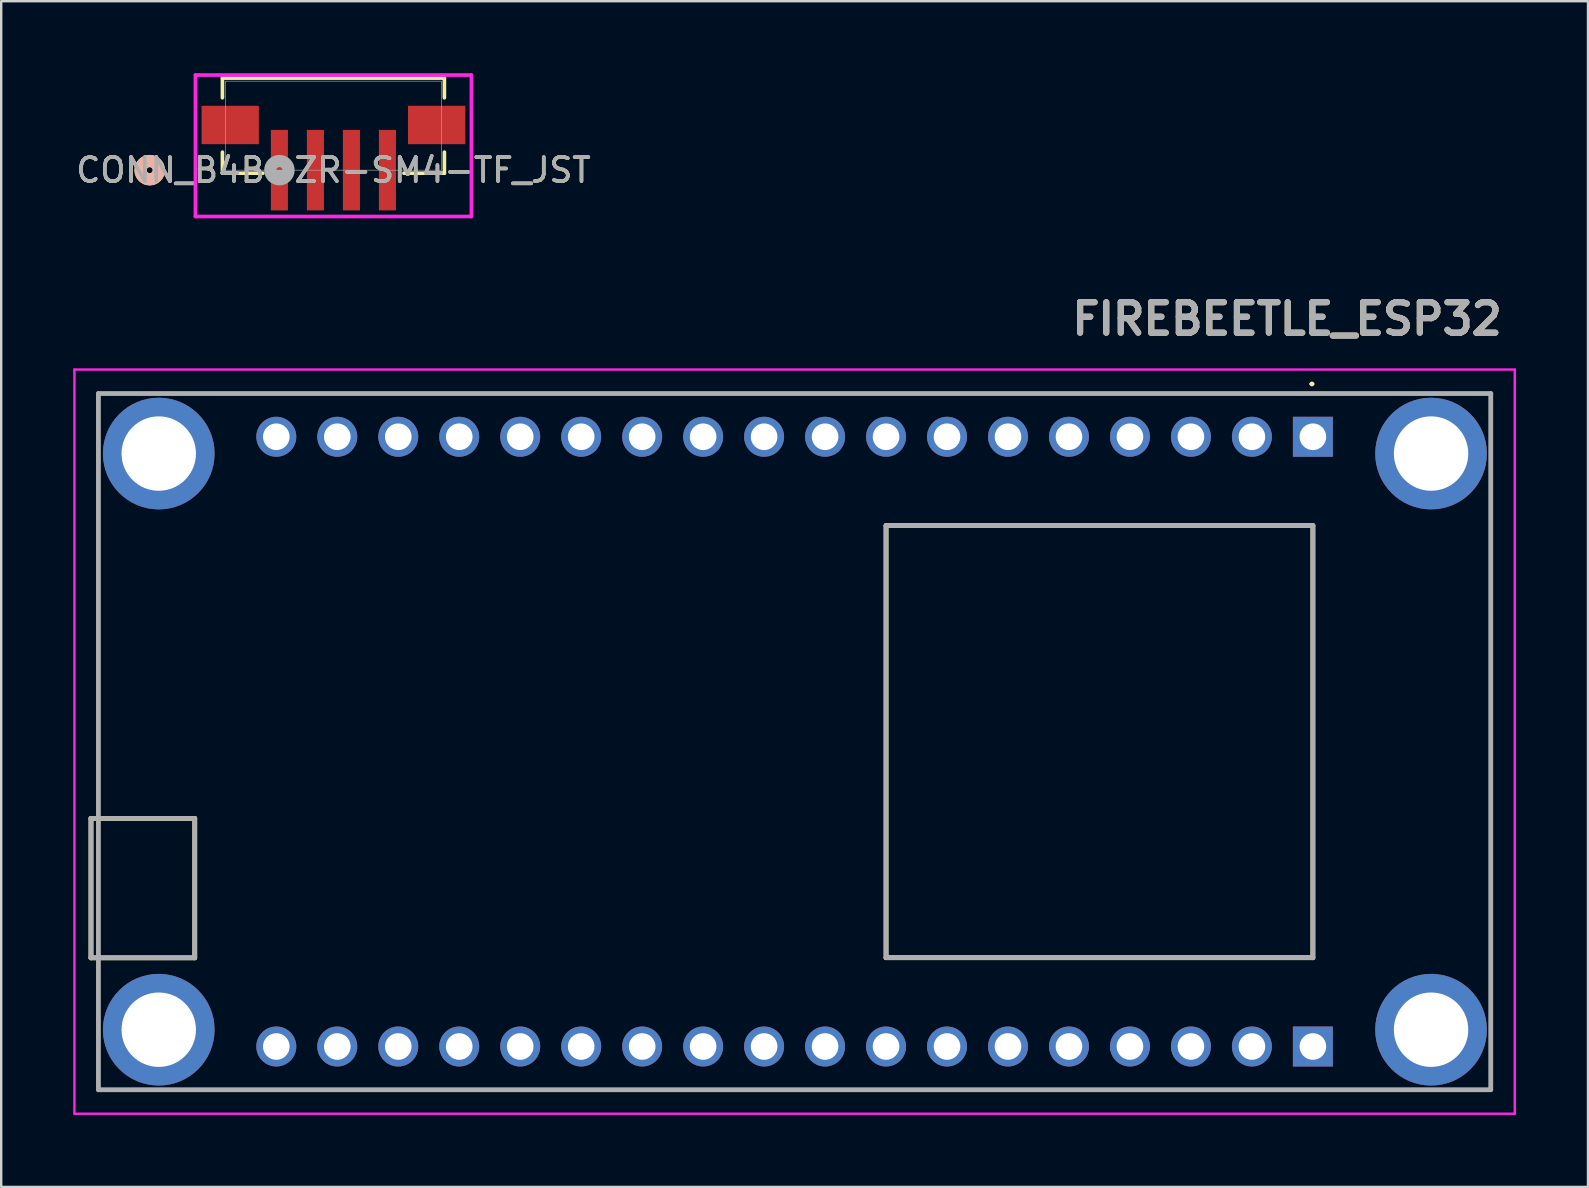
<source format=kicad_pcb>
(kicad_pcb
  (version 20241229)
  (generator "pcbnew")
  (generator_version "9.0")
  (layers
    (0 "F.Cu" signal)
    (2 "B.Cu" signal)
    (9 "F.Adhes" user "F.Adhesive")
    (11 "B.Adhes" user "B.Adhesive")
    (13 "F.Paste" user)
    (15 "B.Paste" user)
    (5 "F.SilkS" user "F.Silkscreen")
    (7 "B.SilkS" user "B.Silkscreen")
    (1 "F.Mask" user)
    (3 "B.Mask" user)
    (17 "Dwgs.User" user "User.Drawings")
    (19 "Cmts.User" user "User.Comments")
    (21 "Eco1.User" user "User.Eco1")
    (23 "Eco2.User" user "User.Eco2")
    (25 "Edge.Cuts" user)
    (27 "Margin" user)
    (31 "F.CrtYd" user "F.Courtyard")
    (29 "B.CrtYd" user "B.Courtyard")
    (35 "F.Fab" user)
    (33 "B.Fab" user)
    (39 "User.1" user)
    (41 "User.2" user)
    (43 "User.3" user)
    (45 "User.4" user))
  (footprint "FIREBEETLE_ESP32"
    (layer "F.Cu")
    (at 26.24 27.844)
    (property "Reference" "FIREBEETLE_ESP32" (at 24.322 -17.61 0) (layer "F.SilkS") (effects (font (size 1.27 1.27) (thickness 0.254))))
    (attr through_hole)
    (fp_line (start -25.5 3.199) (end -25.5 9.005) (stroke (width 0.2) (type solid)) (layer "F.SilkS"))
    (fp_line (start -25.5 9.005) (end -21.178 9.005) (stroke (width 0.2) (type solid)) (layer "F.SilkS"))
    (fp_line (start -25.19 -14.5) (end 32.81 -14.5) (stroke (width 0.1) (type solid)) (layer "F.SilkS"))
    (fp_line (start -25.19 14.5) (end -25.19 -14.5) (stroke (width 0.1) (type solid)) (layer "F.SilkS"))
    (fp_line (start -21.178 3.199) (end -25.5 3.199) (stroke (width 0.2) (type solid)) (layer "F.SilkS"))
    (fp_line (start -21.178 9.005) (end -21.178 3.199) (stroke (width 0.2) (type solid)) (layer "F.SilkS"))
    (fp_line (start 7.62 -9) (end 7.62 9) (stroke (width 0.2) (type solid)) (layer "F.SilkS"))
    (fp_line (start 7.62 9) (end 25.4 9) (stroke (width 0.2) (type solid)) (layer "F.SilkS"))
    (fp_line (start 25.31 -14.9) (end 25.31 -14.9) (stroke (width 0.1) (type solid)) (layer "F.SilkS"))
    (fp_line (start 25.4 -9) (end 7.62 -9) (stroke (width 0.2) (type solid)) (layer "F.SilkS"))
    (fp_line (start 25.4 9) (end 25.4 -9) (stroke (width 0.2) (type solid)) (layer "F.SilkS"))
    (fp_line (start 25.41 -14.9) (end 25.41 -14.9) (stroke (width 0.1) (type solid)) (layer "F.SilkS"))
    (fp_line (start 32.81 -14.5) (end 32.81 14.5) (stroke (width 0.1) (type solid)) (layer "F.SilkS"))
    (fp_line (start 32.81 14.5) (end -25.19 14.5) (stroke (width 0.1) (type solid)) (layer "F.SilkS"))
    (fp_arc (start 25.31 -14.9) (mid 25.36 -14.95) (end 25.41 -14.9) (stroke (width 0.1) (type solid)) (layer "F.SilkS"))
    (fp_arc (start 25.41 -14.9) (mid 25.36 -14.85) (end 25.31 -14.9) (stroke (width 0.1) (type solid)) (layer "F.SilkS"))
    (fp_line (start -26.19 -15.5) (end 33.81 -15.5) (stroke (width 0.1) (type solid)) (layer "F.CrtYd"))
    (fp_line (start -26.19 15.5) (end -26.19 -15.5) (stroke (width 0.1) (type solid)) (layer "F.CrtYd"))
    (fp_line (start 33.81 -15.5) (end 33.81 15.5) (stroke (width 0.1) (type solid)) (layer "F.CrtYd"))
    (fp_line (start 33.81 15.5) (end -26.19 15.5) (stroke (width 0.1) (type solid)) (layer "F.CrtYd"))
    (fp_line (start -25.5 3.199) (end -25.5 9.005) (stroke (width 0.2) (type solid)) (layer "F.Fab"))
    (fp_line (start -25.5 3.199) (end -21.178 3.199) (stroke (width 0.2) (type solid)) (layer "F.Fab"))
    (fp_line (start -25.19 -14.5) (end 32.81 -14.5) (stroke (width 0.2) (type solid)) (layer "F.Fab"))
    (fp_line (start -25.19 14.5) (end -25.19 -14.5) (stroke (width 0.2) (type solid)) (layer "F.Fab"))
    (fp_line (start -21.178 3.199) (end -21.178 9.005) (stroke (width 0.2) (type solid)) (layer "F.Fab"))
    (fp_line (start -21.178 9.005) (end -25.5 9.005) (stroke (width 0.2) (type solid)) (layer "F.Fab"))
    (fp_line (start 7.62 -9) (end 7.62 9) (stroke (width 0.2) (type solid)) (layer "F.Fab"))
    (fp_line (start 7.62 9) (end 25.4 9) (stroke (width 0.2) (type solid)) (layer "F.Fab"))
    (fp_line (start 25.4 -9) (end 7.62 -9) (stroke (width 0.2) (type solid)) (layer "F.Fab"))
    (fp_line (start 25.4 9) (end 25.4 -9) (stroke (width 0.2) (type solid)) (layer "F.Fab"))
    (fp_line (start 32.81 -14.5) (end 32.81 14.5) (stroke (width 0.2) (type solid)) (layer "F.Fab"))
    (fp_line (start 32.81 14.5) (end -25.19 14.5) (stroke (width 0.2) (type solid)) (layer "F.Fab"))
    (fp_text user "${REFERENCE}" (at 24.322 -17.61 0) (layer "F.Fab") (effects (font (size 1.27 1.27) (thickness 0.254))))
    (pad "1" thru_hole rect (at 25.4 -12.7) (size 1.665 1.665) (drill 1.11) (layers "*.Cu" "*.Mask"))
    (pad "2" thru_hole circle (at 22.86 -12.7) (size 1.665 1.665) (drill 1.11) (layers "*.Cu" "*.Mask"))
    (pad "3" thru_hole circle (at 20.32 -12.7) (size 1.665 1.665) (drill 1.11) (layers "*.Cu" "*.Mask"))
    (pad "4" thru_hole circle (at 17.78 -12.7) (size 1.665 1.665) (drill 1.11) (layers "*.Cu" "*.Mask"))
    (pad "5" thru_hole circle (at 15.24 -12.7) (size 1.665 1.665) (drill 1.11) (layers "*.Cu" "*.Mask"))
    (pad "6" thru_hole circle (at 12.7 -12.7) (size 1.665 1.665) (drill 1.11) (layers "*.Cu" "*.Mask"))
    (pad "7" thru_hole circle (at 10.16 -12.7) (size 1.665 1.665) (drill 1.11) (layers "*.Cu" "*.Mask"))
    (pad "8" thru_hole circle (at 7.62 -12.7) (size 1.665 1.665) (drill 1.11) (layers "*.Cu" "*.Mask"))
    (pad "9" thru_hole circle (at 5.08 -12.7) (size 1.665 1.665) (drill 1.11) (layers "*.Cu" "*.Mask"))
    (pad "10" thru_hole circle (at 2.54 -12.7) (size 1.665 1.665) (drill 1.11) (layers "*.Cu" "*.Mask"))
    (pad "11" thru_hole circle (at 0 -12.7) (size 1.665 1.665) (drill 1.11) (layers "*.Cu" "*.Mask"))
    (pad "12" thru_hole circle (at -2.54 -12.7) (size 1.665 1.665) (drill 1.11) (layers "*.Cu" "*.Mask"))
    (pad "13" thru_hole circle (at -5.08 -12.7) (size 1.665 1.665) (drill 1.11) (layers "*.Cu" "*.Mask"))
    (pad "14" thru_hole circle (at -7.62 -12.7) (size 1.665 1.665) (drill 1.11) (layers "*.Cu" "*.Mask"))
    (pad "15" thru_hole circle (at -10.16 -12.7) (size 1.665 1.665) (drill 1.11) (layers "*.Cu" "*.Mask"))
    (pad "16" thru_hole circle (at -12.7 -12.7) (size 1.665 1.665) (drill 1.11) (layers "*.Cu" "*.Mask"))
    (pad "17" thru_hole circle (at -15.24 -12.7) (size 1.665 1.665) (drill 1.11) (layers "*.Cu" "*.Mask"))
    (pad "18" thru_hole circle (at -17.78 -12.7) (size 1.665 1.665) (drill 1.11) (layers "*.Cu" "*.Mask"))
    (pad "19" thru_hole rect (at 25.4 12.7) (size 1.665 1.665) (drill 1.11) (layers "*.Cu" "*.Mask"))
    (pad "20" thru_hole circle (at 22.86 12.7) (size 1.665 1.665) (drill 1.11) (layers "*.Cu" "*.Mask"))
    (pad "21" thru_hole circle (at 20.32 12.7) (size 1.665 1.665) (drill 1.11) (layers "*.Cu" "*.Mask"))
    (pad "22" thru_hole circle (at 17.78 12.7) (size 1.665 1.665) (drill 1.11) (layers "*.Cu" "*.Mask"))
    (pad "23" thru_hole circle (at 15.24 12.7) (size 1.665 1.665) (drill 1.11) (layers "*.Cu" "*.Mask"))
    (pad "24" thru_hole circle (at 12.7 12.7) (size 1.665 1.665) (drill 1.11) (layers "*.Cu" "*.Mask"))
    (pad "25" thru_hole circle (at 10.16 12.7) (size 1.665 1.665) (drill 1.11) (layers "*.Cu" "*.Mask"))
    (pad "26" thru_hole circle (at 7.62 12.7) (size 1.665 1.665) (drill 1.11) (layers "*.Cu" "*.Mask"))
    (pad "27" thru_hole circle (at 5.08 12.7) (size 1.665 1.665) (drill 1.11) (layers "*.Cu" "*.Mask"))
    (pad "28" thru_hole circle (at 2.54 12.7) (size 1.665 1.665) (drill 1.11) (layers "*.Cu" "*.Mask"))
    (pad "29" thru_hole circle (at 0 12.7) (size 1.665 1.665) (drill 1.11) (layers "*.Cu" "*.Mask"))
    (pad "30" thru_hole circle (at -2.54 12.7) (size 1.665 1.665) (drill 1.11) (layers "*.Cu" "*.Mask"))
    (pad "31" thru_hole circle (at -5.08 12.7) (size 1.665 1.665) (drill 1.11) (layers "*.Cu" "*.Mask"))
    (pad "32" thru_hole circle (at -7.62 12.7) (size 1.665 1.665) (drill 1.11) (layers "*.Cu" "*.Mask"))
    (pad "33" thru_hole circle (at -10.16 12.7) (size 1.665 1.665) (drill 1.11) (layers "*.Cu" "*.Mask"))
    (pad "34" thru_hole circle (at -12.7 12.7) (size 1.665 1.665) (drill 1.11) (layers "*.Cu" "*.Mask"))
    (pad "35" thru_hole circle (at -15.24 12.7) (size 1.665 1.665) (drill 1.11) (layers "*.Cu" "*.Mask"))
    (pad "36" thru_hole circle (at -17.78 12.7) (size 1.665 1.665) (drill 1.11) (layers "*.Cu" "*.Mask"))
    (pad "MH1" thru_hole circle (at -22.677 12) (size 4.65 4.65) (drill 3.1) (layers "*.Cu" "*.Mask"))
    (pad "MH2" thru_hole circle (at -22.677 -12) (size 4.65 4.65) (drill 3.1) (layers "*.Cu" "*.Mask"))
    (pad "MH3" thru_hole circle (at 30.323 -12) (size 4.65 4.65) (drill 3.1) (layers "*.Cu" "*.Mask"))
    (pad "MH4" thru_hole circle (at 30.323 12) (size 4.65 4.65) (drill 3.1) (layers "*.Cu" "*.Mask")))
  (footprint "CONN_B4B-ZR-SM4-TF_JST"
    (layer "F.Cu")
    (at 10.839 2.184)
    (property "Reference" "CONN_B4B-ZR-SM4-TF_JST" (at 0 1.854 0) (unlocked yes) (layer "F.SilkS") (effects (font (size 1 1) (thickness 0.15))))
    (attr smd)
    (fp_line (start -4.623 -1.981) (end -4.623 -1.161) (stroke (width 0.152) (type solid)) (layer "F.SilkS"))
    (fp_line (start -4.623 1.104) (end -4.623 1.981) (stroke (width 0.152) (type solid)) (layer "F.SilkS"))
    (fp_line (start -4.623 1.981) (end -2.938 1.981) (stroke (width 0.152) (type solid)) (layer "F.SilkS"))
    (fp_line (start 2.938 1.981) (end 4.623 1.981) (stroke (width 0.152) (type solid)) (layer "F.SilkS"))
    (fp_line (start 4.623 -1.981) (end -4.623 -1.981) (stroke (width 0.152) (type solid)) (layer "F.SilkS"))
    (fp_line (start 4.623 -1.161) (end 4.623 -1.981) (stroke (width 0.152) (type solid)) (layer "F.SilkS"))
    (fp_line (start 4.623 1.981) (end 4.623 1.104) (stroke (width 0.152) (type solid)) (layer "F.SilkS"))
    (fp_circle (center -7.653 1.854) (end -7.272 1.854) (stroke (width 0.508) (type solid)) (fill no) (layer "F.SilkS"))
    (fp_circle (center -7.653 1.854) (end -7.272 1.854) (stroke (width 0.508) (type solid)) (fill no) (layer "B.SilkS"))
    (fp_line (start -5.748 -2.108) (end -5.748 3.785) (stroke (width 0.152) (type solid)) (layer "F.CrtYd"))
    (fp_line (start -5.748 3.785) (end 5.748 3.785) (stroke (width 0.152) (type solid)) (layer "F.CrtYd"))
    (fp_line (start 5.748 -2.108) (end -5.748 -2.108) (stroke (width 0.152) (type solid)) (layer "F.CrtYd"))
    (fp_line (start 5.748 3.785) (end 5.748 -2.108) (stroke (width 0.152) (type solid)) (layer "F.CrtYd"))
    (fp_line (start -4.496 -1.854) (end -4.496 1.854) (stroke (width 0.025) (type solid)) (layer "F.Fab"))
    (fp_line (start -4.496 1.854) (end 4.496 1.854) (stroke (width 0.025) (type solid)) (layer "F.Fab"))
    (fp_line (start 4.496 -1.854) (end -4.496 -1.854) (stroke (width 0.025) (type solid)) (layer "F.Fab"))
    (fp_line (start 4.496 1.854) (end 4.496 -1.854) (stroke (width 0.025) (type solid)) (layer "F.Fab"))
    (fp_circle (center -2.25 1.854) (end -1.869 1.854) (stroke (width 0.508) (type solid)) (fill no) (layer "F.Fab"))
    (fp_text user "${REFERENCE}" (at 0 1.854 0) (unlocked yes) (layer "F.Fab") (effects (font (size 1 1) (thickness 0.15))))
    (pad "1" smd rect (at -2.25 1.854) (size 0.711 3.353) (layers "F.Cu" "F.Mask" "F.Paste"))
    (pad "2" smd rect (at -0.75 1.854) (size 0.711 3.353) (layers "F.Cu" "F.Mask" "F.Paste"))
    (pad "3" smd rect (at 0.75 1.854) (size 0.711 3.353) (layers "F.Cu" "F.Mask" "F.Paste"))
    (pad "4" smd rect (at 2.25 1.854) (size 0.711 3.353) (layers "F.Cu" "F.Mask" "F.Paste"))
    (pad "5" smd rect (at -4.3 -0.028) (size 2.388 1.6) (layers "F.Cu" "F.Mask" "F.Paste"))
    (pad "6" smd rect (at 4.3 -0.028) (size 2.388 1.6) (layers "F.Cu" "F.Mask" "F.Paste")))
  (gr_rect
    (start -3 -3)
    (end 63.1 46.394)
    (stroke (width 0.1) (type default))
    (fill no)
    (layer "Edge.Cuts")))
</source>
